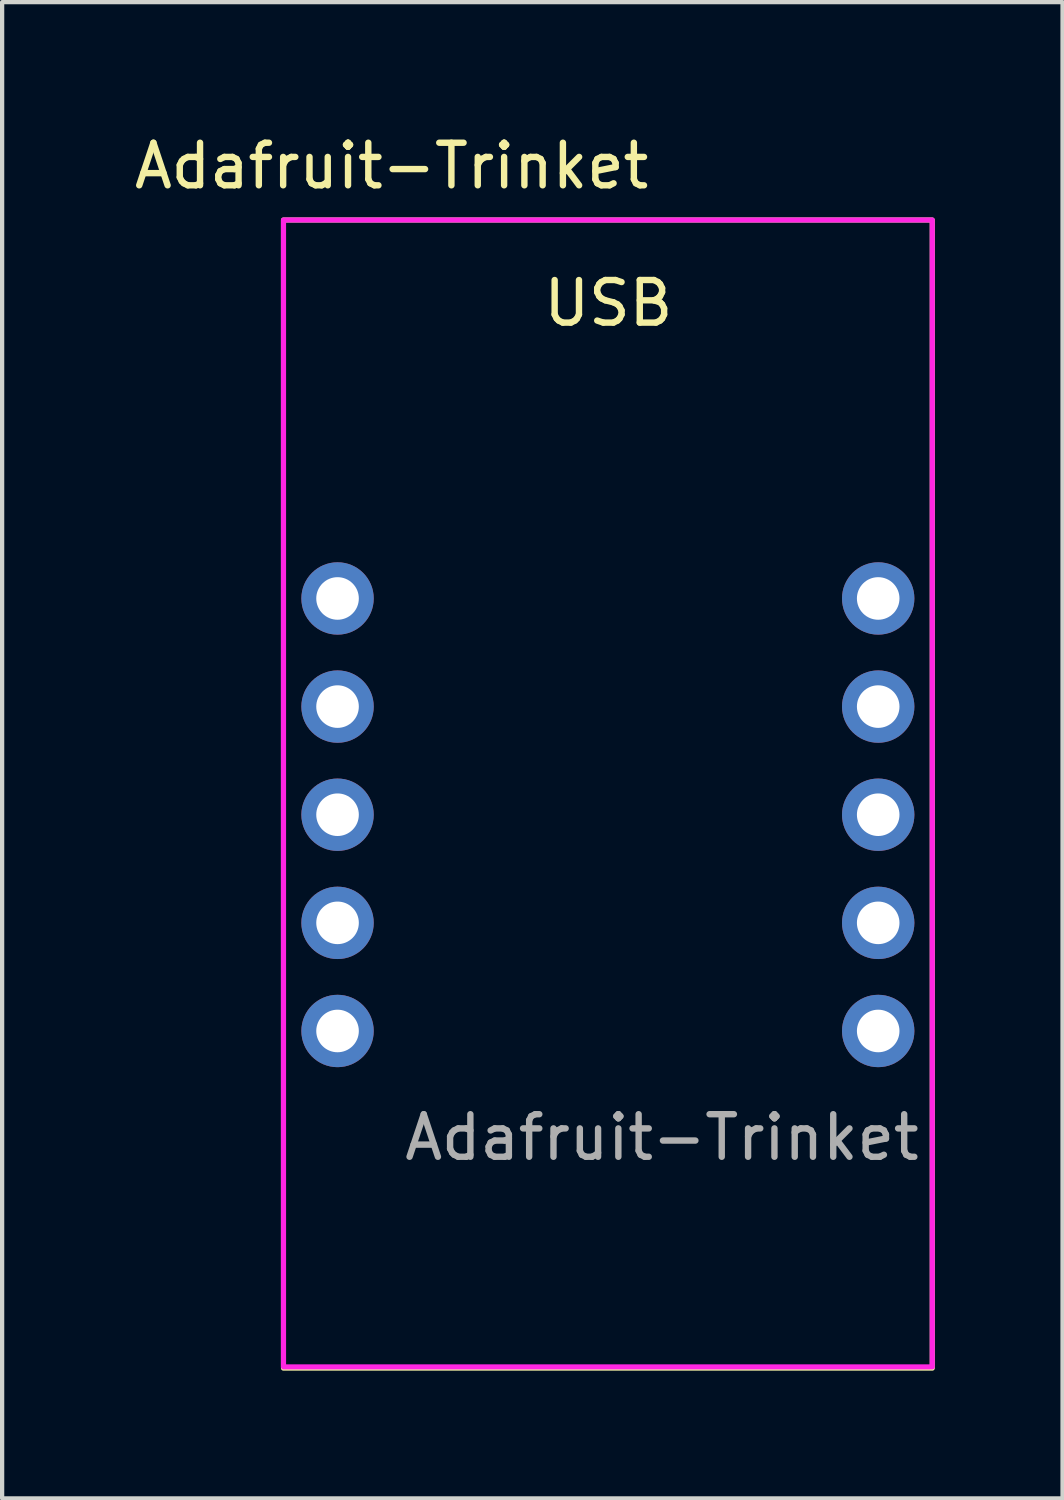
<source format=kicad_pcb>
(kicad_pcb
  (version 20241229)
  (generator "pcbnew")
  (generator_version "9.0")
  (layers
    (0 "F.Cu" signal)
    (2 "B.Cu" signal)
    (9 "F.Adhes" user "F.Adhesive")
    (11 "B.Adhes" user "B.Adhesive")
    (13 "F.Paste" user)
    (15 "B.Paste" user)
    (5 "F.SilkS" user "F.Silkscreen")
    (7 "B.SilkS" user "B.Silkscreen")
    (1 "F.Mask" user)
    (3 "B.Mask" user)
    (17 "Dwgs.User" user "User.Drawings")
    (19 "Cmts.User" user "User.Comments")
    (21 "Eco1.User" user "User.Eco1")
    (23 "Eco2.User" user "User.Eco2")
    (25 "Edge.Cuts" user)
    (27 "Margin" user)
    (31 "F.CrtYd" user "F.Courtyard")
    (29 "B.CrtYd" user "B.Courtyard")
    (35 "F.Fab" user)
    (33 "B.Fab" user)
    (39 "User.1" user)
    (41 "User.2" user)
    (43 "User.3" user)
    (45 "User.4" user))
  (footprint "Adafruit-Trinket"
    (layer "F.Cu")
    (at 11.229 16.088)
    (property "Reference" "Adafruit-Trinket" (at -5.08 -15.24 0) (unlocked yes) (layer "F.SilkS") (effects (font (size 1 1) (thickness 0.15))))
    (attr through_hole)
    (fp_rect (start -7.62 -13.97) (end 7.62 13) (stroke (width 0.12) (type default)) (fill no) (layer "F.SilkS"))
    (fp_rect (start -7.62 -13.97) (end 7.62 12.97) (stroke (width 0.12) (type default)) (fill no) (layer "F.CrtYd"))
    (fp_text user "USB" (at -1.587 -11.43 0) (unlocked yes) (layer "F.SilkS") (effects (font (size 1 1) (thickness 0.15)) (justify left bottom)))
    (fp_text user "${REFERENCE}" (at 1.27 7.58 0) (unlocked yes) (layer "F.Fab") (effects (font (size 1 1) (thickness 0.15))))
    (pad "1" thru_hole circle (at -6.35 -5.08) (size 1.7 1.7) (drill 1) (layers "*.Cu" "*.Mask"))
    (pad "2" thru_hole circle (at -6.35 -2.54) (size 1.7 1.7) (drill 1) (layers "*.Cu" "*.Mask"))
    (pad "3" thru_hole circle (at -6.35 0) (size 1.7 1.7) (drill 1) (layers "*.Cu" "*.Mask"))
    (pad "4" thru_hole circle (at -6.35 2.54) (size 1.7 1.7) (drill 1) (layers "*.Cu" "*.Mask"))
    (pad "5" thru_hole circle (at -6.35 5.08) (size 1.7 1.7) (drill 1) (layers "*.Cu" "*.Mask"))
    (pad "6" thru_hole circle (at 6.35 5.08) (size 1.7 1.7) (drill 1) (layers "*.Cu" "*.Mask"))
    (pad "7" thru_hole circle (at 6.35 2.54) (size 1.7 1.7) (drill 1) (layers "*.Cu" "*.Mask"))
    (pad "8" thru_hole circle (at 6.35 0) (size 1.7 1.7) (drill 1) (layers "*.Cu" "*.Mask"))
    (pad "9" thru_hole circle (at 6.35 -2.54) (size 1.7 1.7) (drill 1) (layers "*.Cu" "*.Mask"))
    (pad "10" thru_hole circle (at 6.35 -5.08) (size 1.7 1.7) (drill 1) (layers "*.Cu" "*.Mask")))
  (gr_rect
    (start -3 -3)
    (end 21.909 32.148)
    (stroke (width 0.1) (type default))
    (fill no)
    (layer "Edge.Cuts")))
</source>
